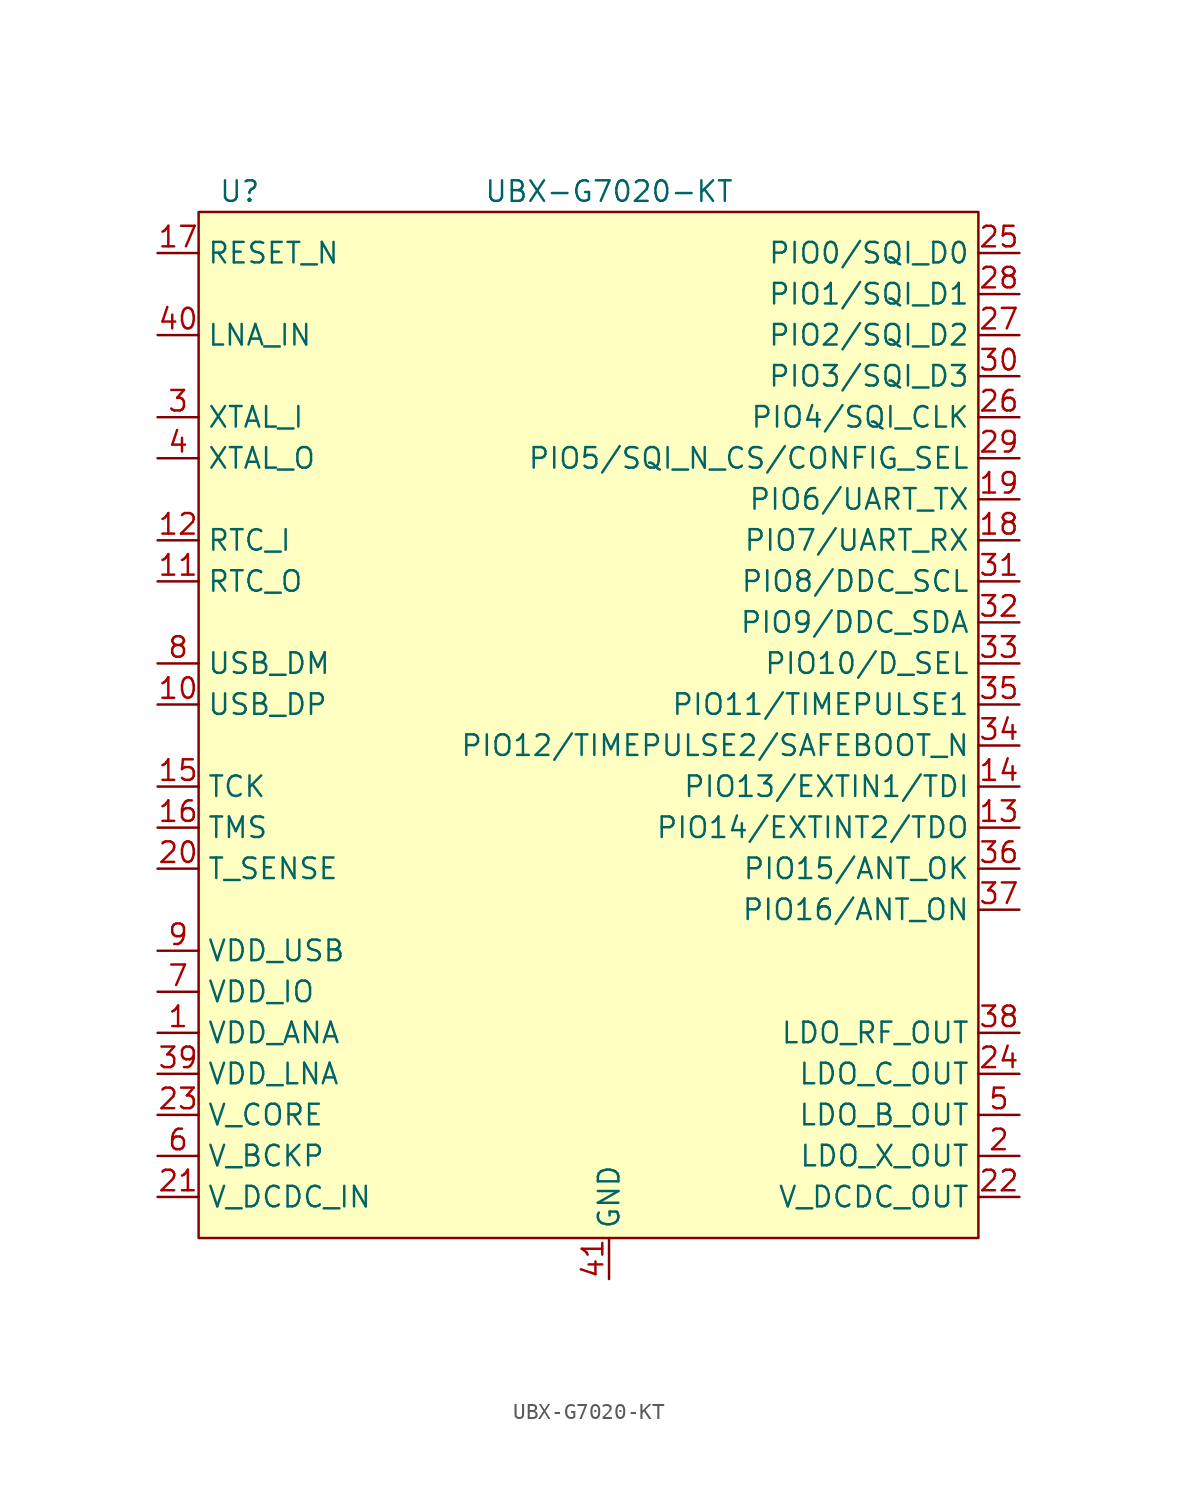
<source format=kicad_sym>
(kicad_symbol_lib
  (version 20211014)
  (generator kicad_symbol_editor)
  (symbol "UBX-G7020-KT"
    (property "Reference" "U"
      (at -22.86 30.48 0)
      (effects (font (size 1.27 1.27))))
    (property "Value" "UBX-G7020-KT"
      (at 0 30.48 0)
      (effects (font (size 1.27 1.27))))
    (symbol "UBX-G7020-KT_0_0"
      (pin power_in line (at -27.94 -21.59 0) (length 2.54) (name "VDD_ANA" (effects (font (size 1.27 1.27)))) (number "1" (effects (font (size 1.27 1.27)))))
      (pin bidirectional line (at -27.94 -1.27 0) (length 2.54) (name "USB_DP" (effects (font (size 1.27 1.27)))) (number "10" (effects (font (size 1.27 1.27)))))
      (pin output line (at -27.94 6.35 0) (length 2.54) (name "RTC_O" (effects (font (size 1.27 1.27)))) (number "11" (effects (font (size 1.27 1.27)))))
      (pin input line (at -27.94 8.89 0) (length 2.54) (name "RTC_I" (effects (font (size 1.27 1.27)))) (number "12" (effects (font (size 1.27 1.27)))))
      (pin bidirectional line (at 25.4 -8.89 180) (length 2.54) (name "PIO14/EXTINT2/TDO" (effects (font (size 1.27 1.27)))) (number "13" (effects (font (size 1.27 1.27)))))
      (pin bidirectional line (at 25.4 -6.35 180) (length 2.54) (name "PIO13/EXTIN1/TDI" (effects (font (size 1.27 1.27)))) (number "14" (effects (font (size 1.27 1.27)))))
      (pin input line (at -27.94 -6.35 0) (length 2.54) (name "TCK" (effects (font (size 1.27 1.27)))) (number "15" (effects (font (size 1.27 1.27)))))
      (pin input line (at -27.94 -8.89 0) (length 2.54) (name "TMS" (effects (font (size 1.27 1.27)))) (number "16" (effects (font (size 1.27 1.27)))))
      (pin input line (at -27.94 26.67 0) (length 2.54) (name "RESET_N" (effects (font (size 1.27 1.27)))) (number "17" (effects (font (size 1.27 1.27)))))
      (pin bidirectional line (at 25.4 8.89 180) (length 2.54) (name "PIO7/UART_RX" (effects (font (size 1.27 1.27)))) (number "18" (effects (font (size 1.27 1.27)))))
      (pin bidirectional line (at 25.4 11.43 180) (length 2.54) (name "PIO6/UART_TX" (effects (font (size 1.27 1.27)))) (number "19" (effects (font (size 1.27 1.27)))))
      (pin power_out line (at 25.4 -29.21 180) (length 2.54) (name "LDO_X_OUT" (effects (font (size 1.27 1.27)))) (number "2" (effects (font (size 1.27 1.27)))))
      (pin input line (at -27.94 -11.43 0) (length 2.54) (name "T_SENSE" (effects (font (size 1.27 1.27)))) (number "20" (effects (font (size 1.27 1.27)))))
      (pin power_in line (at -27.94 -31.75 0) (length 2.54) (name "V_DCDC_IN" (effects (font (size 1.27 1.27)))) (number "21" (effects (font (size 1.27 1.27)))))
      (pin power_out line (at 25.4 -31.75 180) (length 2.54) (name "V_DCDC_OUT" (effects (font (size 1.27 1.27)))) (number "22" (effects (font (size 1.27 1.27)))))
      (pin power_in line (at -27.94 -26.67 0) (length 2.54) (name "V_CORE" (effects (font (size 1.27 1.27)))) (number "23" (effects (font (size 1.27 1.27)))))
      (pin power_out line (at 25.4 -24.13 180) (length 2.54) (name "LDO_C_OUT" (effects (font (size 1.27 1.27)))) (number "24" (effects (font (size 1.27 1.27)))))
      (pin bidirectional line (at 25.4 26.67 180) (length 2.54) (name "PIO0/SQI_D0" (effects (font (size 1.27 1.27)))) (number "25" (effects (font (size 1.27 1.27)))))
      (pin bidirectional line (at 25.4 16.51 180) (length 2.54) (name "PIO4/SQI_CLK" (effects (font (size 1.27 1.27)))) (number "26" (effects (font (size 1.27 1.27)))))
      (pin bidirectional line (at 25.4 21.59 180) (length 2.54) (name "PIO2/SQI_D2" (effects (font (size 1.27 1.27)))) (number "27" (effects (font (size 1.27 1.27)))))
      (pin bidirectional line (at 25.4 24.13 180) (length 2.54) (name "PIO1/SQI_D1" (effects (font (size 1.27 1.27)))) (number "28" (effects (font (size 1.27 1.27)))))
      (pin bidirectional line (at 25.4 13.97 180) (length 2.54) (name "PIO5/SQI_N_CS/CONFIG_SEL" (effects (font (size 1.27 1.27)))) (number "29" (effects (font (size 1.27 1.27)))))
      (pin input line (at -27.94 16.51 0) (length 2.54) (name "XTAL_I" (effects (font (size 1.27 1.27)))) (number "3" (effects (font (size 1.27 1.27)))))
      (pin bidirectional line (at 25.4 19.05 180) (length 2.54) (name "PIO3/SQI_D3" (effects (font (size 1.27 1.27)))) (number "30" (effects (font (size 1.27 1.27)))))
      (pin bidirectional line (at 25.4 6.35 180) (length 2.54) (name "PIO8/DDC_SCL" (effects (font (size 1.27 1.27)))) (number "31" (effects (font (size 1.27 1.27)))))
      (pin bidirectional line (at 25.4 3.81 180) (length 2.54) (name "PIO9/DDC_SDA" (effects (font (size 1.27 1.27)))) (number "32" (effects (font (size 1.27 1.27)))))
      (pin bidirectional line (at 25.4 1.27 180) (length 2.54) (name "PIO10/D_SEL" (effects (font (size 1.27 1.27)))) (number "33" (effects (font (size 1.27 1.27)))))
      (pin bidirectional line (at 25.4 -3.81 180) (length 2.54) (name "PIO12/TIMEPULSE2/SAFEBOOT_N" (effects (font (size 1.27 1.27)))) (number "34" (effects (font (size 1.27 1.27)))))
      (pin bidirectional line (at 25.4 -1.27 180) (length 2.54) (name "PIO11/TIMEPULSE1" (effects (font (size 1.27 1.27)))) (number "35" (effects (font (size 1.27 1.27)))))
      (pin bidirectional line (at 25.4 -11.43 180) (length 2.54) (name "PIO15/ANT_OK" (effects (font (size 1.27 1.27)))) (number "36" (effects (font (size 1.27 1.27)))))
      (pin bidirectional line (at 25.4 -13.97 180) (length 2.54) (name "PIO16/ANT_ON" (effects (font (size 1.27 1.27)))) (number "37" (effects (font (size 1.27 1.27)))))
      (pin power_out line (at 25.4 -21.59 180) (length 2.54) (name "LDO_RF_OUT" (effects (font (size 1.27 1.27)))) (number "38" (effects (font (size 1.27 1.27)))))
      (pin power_in line (at -27.94 -24.13 0) (length 2.54) (name "VDD_LNA" (effects (font (size 1.27 1.27)))) (number "39" (effects (font (size 1.27 1.27)))))
      (pin output line (at -27.94 13.97 0) (length 2.54) (name "XTAL_O" (effects (font (size 1.27 1.27)))) (number "4" (effects (font (size 1.27 1.27)))))
      (pin input line (at -27.94 21.59 0) (length 2.54) (name "LNA_IN" (effects (font (size 1.27 1.27)))) (number "40" (effects (font (size 1.27 1.27)))))
      (pin power_in line (at 0 -36.83 90) (length 2.54) (name "GND" (effects (font (size 1.27 1.27)))) (number "41" (effects (font (size 1.27 1.27)))))
      (pin power_out line (at 25.4 -26.67 180) (length 2.54) (name "LDO_B_OUT" (effects (font (size 1.27 1.27)))) (number "5" (effects (font (size 1.27 1.27)))))
      (pin power_in line (at -27.94 -29.21 0) (length 2.54) (name "V_BCKP" (effects (font (size 1.27 1.27)))) (number "6" (effects (font (size 1.27 1.27)))))
      (pin power_in line (at -27.94 -19.05 0) (length 2.54) (name "VDD_IO" (effects (font (size 1.27 1.27)))) (number "7" (effects (font (size 1.27 1.27)))))
      (pin bidirectional line (at -27.94 1.27 0) (length 2.54) (name "USB_DM" (effects (font (size 1.27 1.27)))) (number "8" (effects (font (size 1.27 1.27)))))
      (pin power_in line (at -27.94 -16.51 0) (length 2.54) (name "VDD_USB" (effects (font (size 1.27 1.27)))) (number "9" (effects (font (size 1.27 1.27))))))
    (symbol "UBX-G7020-KT_0_1"
      (rectangle (start -25.4 29.21) (end 22.86 -34.29) (stroke (width 0) (type default) (color 0 0 0 0)) (fill (type background))))))
</source>
